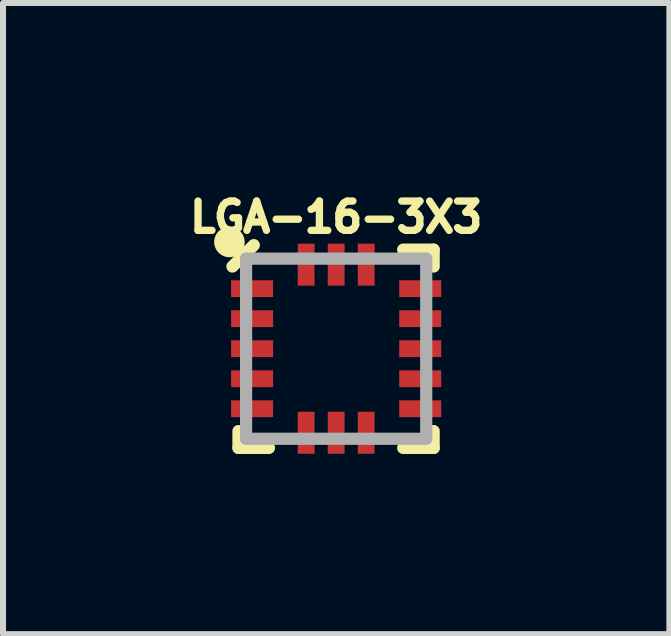
<source format=kicad_pcb>
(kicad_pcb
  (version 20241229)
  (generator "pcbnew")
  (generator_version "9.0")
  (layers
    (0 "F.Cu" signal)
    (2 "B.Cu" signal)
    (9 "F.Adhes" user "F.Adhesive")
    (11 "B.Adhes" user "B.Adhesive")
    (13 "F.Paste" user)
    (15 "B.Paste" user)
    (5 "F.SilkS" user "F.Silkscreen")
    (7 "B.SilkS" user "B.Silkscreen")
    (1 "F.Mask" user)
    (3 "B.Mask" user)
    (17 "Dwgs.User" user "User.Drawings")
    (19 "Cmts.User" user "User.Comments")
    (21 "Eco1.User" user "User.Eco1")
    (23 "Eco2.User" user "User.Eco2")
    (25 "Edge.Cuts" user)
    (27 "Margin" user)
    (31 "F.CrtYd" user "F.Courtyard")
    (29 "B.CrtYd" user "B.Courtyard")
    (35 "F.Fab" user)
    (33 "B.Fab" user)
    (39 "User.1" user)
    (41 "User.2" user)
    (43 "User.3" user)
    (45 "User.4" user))
  (footprint "LGA-16-3X3"
    (layer "F.Cu")
    (at 2.549 2.758)
    (property "Reference" "LGA-16-3X3" (at 0 -1.905 0) (layer "F.SilkS") (effects (font (size 0.488 0.488) (thickness 0.122)) (justify bottom)))
    (fp_line (start -1.728 -1.369) (end -1.372 -1.725) (stroke (width 0.203) (type solid)) (layer "F.SilkS"))
    (fp_line (start -1.627 1.372) (end -1.627 1.652) (stroke (width 0.203) (type solid)) (layer "F.SilkS"))
    (fp_line (start -1.627 1.652) (end -1.119 1.652) (stroke (width 0.203) (type solid)) (layer "F.SilkS"))
    (fp_line (start 1.116 -1.65) (end 1.624 -1.65) (stroke (width 0.203) (type solid)) (layer "F.SilkS"))
    (fp_line (start 1.116 1.652) (end 1.624 1.652) (stroke (width 0.203) (type solid)) (layer "F.SilkS"))
    (fp_line (start 1.624 -1.65) (end 1.624 -1.369) (stroke (width 0.203) (type solid)) (layer "F.SilkS"))
    (fp_line (start 1.624 1.372) (end 1.624 1.652) (stroke (width 0.203) (type solid)) (layer "F.SilkS"))
    (fp_circle (center -1.778 -1.778) (end -1.651 -1.778) (stroke (width 0.254) (type solid)) (fill yes) (layer "F.SilkS"))
    (fp_line (start -1.5 -1.5) (end 1.5 -1.5) (stroke (width 0.203) (type solid)) (layer "F.Fab"))
    (fp_line (start -1.5 1.5) (end -1.5 -1.5) (stroke (width 0.203) (type solid)) (layer "F.Fab"))
    (fp_line (start 1.5 -1.5) (end 1.5 1.5) (stroke (width 0.203) (type solid)) (layer "F.Fab"))
    (fp_line (start 1.5 1.5) (end -1.5 1.5) (stroke (width 0.203) (type solid)) (layer "F.Fab"))
    (pad "1" smd rect (at -1.4 -1 180) (size 0.7 0.28) (layers "F.Cu" "F.Mask" "F.Paste"))
    (pad "2" smd rect (at -1.4 -0.5) (size 0.7 0.28) (layers "F.Cu" "F.Mask" "F.Paste"))
    (pad "3" smd rect (at -1.4 0) (size 0.7 0.28) (layers "F.Cu" "F.Mask" "F.Paste"))
    (pad "4" smd rect (at -1.4 0.5) (size 0.7 0.28) (layers "F.Cu" "F.Mask" "F.Paste"))
    (pad "5" smd rect (at -1.4 1 180) (size 0.7 0.28) (layers "F.Cu" "F.Mask" "F.Paste"))
    (pad "6" smd rect (at -0.5 1.4 90) (size 0.7 0.28) (layers "F.Cu" "F.Mask" "F.Paste"))
    (pad "7" smd rect (at 0 1.4 90) (size 0.7 0.28) (layers "F.Cu" "F.Mask" "F.Paste"))
    (pad "8" smd rect (at 0.5 1.4 90) (size 0.7 0.28) (layers "F.Cu" "F.Mask" "F.Paste"))
    (pad "9" smd rect (at 1.4 1 180) (size 0.7 0.28) (layers "F.Cu" "F.Mask" "F.Paste"))
    (pad "10" smd rect (at 1.4 0.5 180) (size 0.7 0.28) (layers "F.Cu" "F.Mask" "F.Paste"))
    (pad "11" smd rect (at 1.4 0 180) (size 0.7 0.28) (layers "F.Cu" "F.Mask" "F.Paste"))
    (pad "12" smd rect (at 1.4 -0.5 180) (size 0.7 0.28) (layers "F.Cu" "F.Mask" "F.Paste"))
    (pad "13" smd rect (at 1.4 -1 180) (size 0.7 0.28) (layers "F.Cu" "F.Mask" "F.Paste"))
    (pad "14" smd rect (at 0.5 -1.4 270) (size 0.7 0.28) (layers "F.Cu" "F.Mask" "F.Paste"))
    (pad "15" smd rect (at 0 -1.4 270) (size 0.7 0.28) (layers "F.Cu" "F.Mask" "F.Paste"))
    (pad "16" smd rect (at -0.5 -1.4 270) (size 0.7 0.28) (layers "F.Cu" "F.Mask" "F.Paste")))
  (gr_rect
    (start -3 -3)
    (end 8.099 7.512)
    (stroke (width 0.1) (type default))
    (fill no)
    (layer "Edge.Cuts")))
</source>
